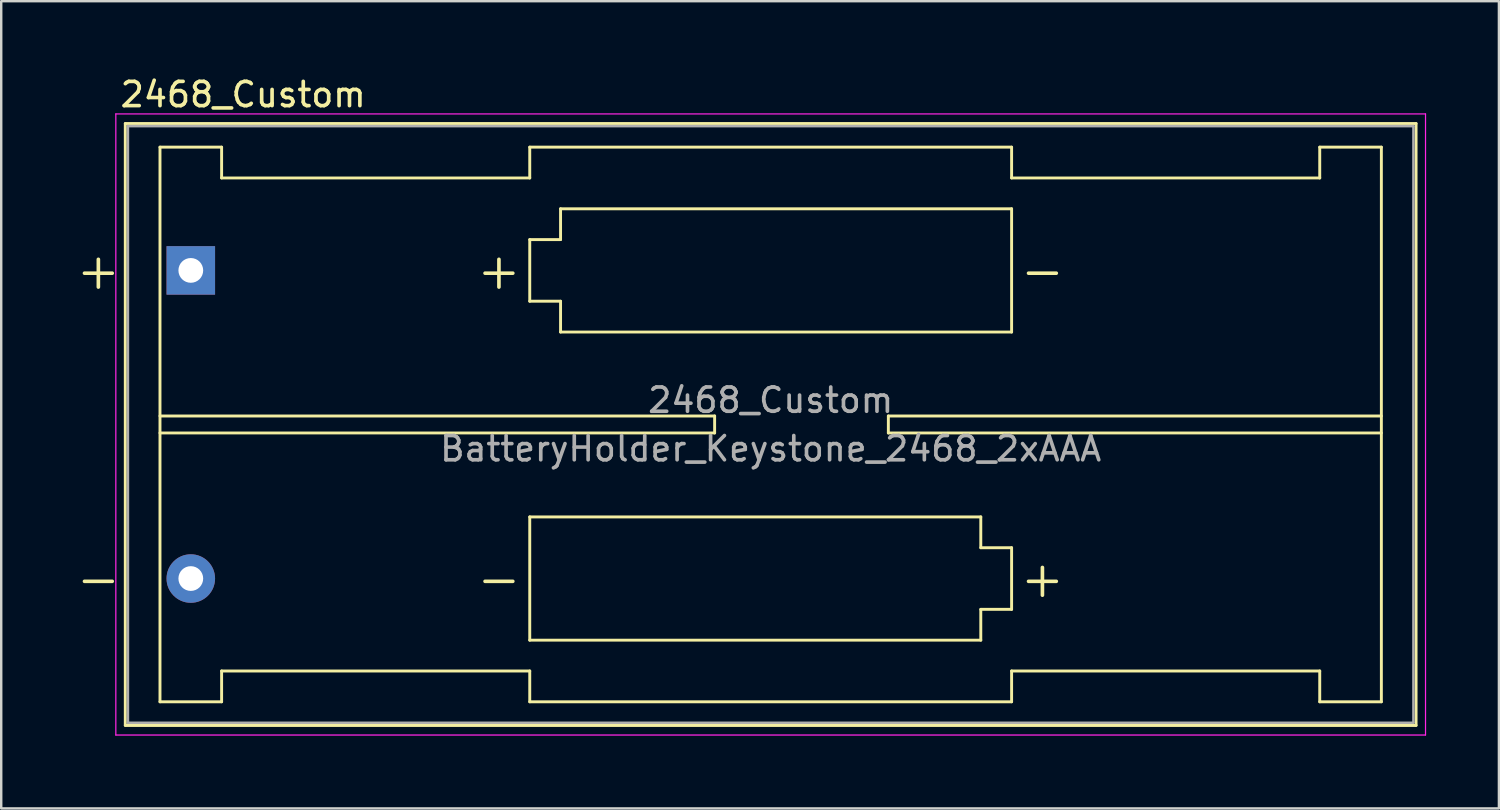
<source format=kicad_pcb>
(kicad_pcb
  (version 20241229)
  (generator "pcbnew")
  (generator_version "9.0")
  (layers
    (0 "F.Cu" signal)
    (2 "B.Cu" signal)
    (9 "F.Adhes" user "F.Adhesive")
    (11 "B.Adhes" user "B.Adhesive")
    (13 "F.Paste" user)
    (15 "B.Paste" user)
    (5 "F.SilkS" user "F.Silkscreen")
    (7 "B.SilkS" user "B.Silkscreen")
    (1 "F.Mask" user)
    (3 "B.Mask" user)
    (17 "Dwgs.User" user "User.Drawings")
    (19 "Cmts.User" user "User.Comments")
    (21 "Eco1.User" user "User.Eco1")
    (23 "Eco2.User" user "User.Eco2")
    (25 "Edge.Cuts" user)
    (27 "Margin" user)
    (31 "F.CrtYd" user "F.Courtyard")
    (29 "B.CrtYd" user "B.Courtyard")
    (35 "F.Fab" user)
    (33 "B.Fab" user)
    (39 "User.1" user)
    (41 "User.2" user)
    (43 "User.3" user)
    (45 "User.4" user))
  (footprint "2468_Custom"
    (layer "F.Cu")
    (at 1.766 1.618)
    (property "Reference" "2468_Custom" (at 5.207 -0.77 0) (layer "F.SilkS") (effects (font (size 1 1) (thickness 0.15))))
    (attr through_hole)
    (fp_line (start 0.348 0.427) (end 0.348 25.227) (stroke (width 0.12) (type solid)) (layer "F.SilkS"))
    (fp_line (start 0.348 25.232) (end 53.548 25.232) (stroke (width 0.12) (type solid)) (layer "F.SilkS"))
    (fp_line (start 1.778 1.397) (end 1.778 24.257) (stroke (width 0.12) (type solid)) (layer "F.SilkS"))
    (fp_line (start 1.778 12.477) (end 24.638 12.477) (stroke (width 0.12) (type solid)) (layer "F.SilkS"))
    (fp_line (start 1.778 24.257) (end 4.318 24.257) (stroke (width 0.12) (type solid)) (layer "F.SilkS"))
    (fp_line (start 4.318 1.397) (end 1.778 1.397) (stroke (width 0.12) (type solid)) (layer "F.SilkS"))
    (fp_line (start 4.318 2.667) (end 4.318 1.397) (stroke (width 0.12) (type solid)) (layer "F.SilkS"))
    (fp_line (start 4.318 2.667) (end 17.018 2.667) (stroke (width 0.12) (type solid)) (layer "F.SilkS"))
    (fp_line (start 4.318 22.987) (end 17.018 22.987) (stroke (width 0.12) (type solid)) (layer "F.SilkS"))
    (fp_line (start 4.318 24.257) (end 4.318 22.987) (stroke (width 0.12) (type solid)) (layer "F.SilkS"))
    (fp_line (start 17.018 1.397) (end 17.018 2.667) (stroke (width 0.12) (type solid)) (layer "F.SilkS"))
    (fp_line (start 17.018 5.207) (end 18.288 5.207) (stroke (width 0.12) (type solid)) (layer "F.SilkS"))
    (fp_line (start 17.018 7.747) (end 17.018 5.207) (stroke (width 0.12) (type solid)) (layer "F.SilkS"))
    (fp_line (start 17.018 16.637) (end 35.608 16.637) (stroke (width 0.12) (type solid)) (layer "F.SilkS"))
    (fp_line (start 17.018 21.717) (end 17.018 16.637) (stroke (width 0.12) (type solid)) (layer "F.SilkS"))
    (fp_line (start 17.018 22.987) (end 17.018 24.257) (stroke (width 0.12) (type solid)) (layer "F.SilkS"))
    (fp_line (start 17.018 24.257) (end 36.878 24.257) (stroke (width 0.12) (type solid)) (layer "F.SilkS"))
    (fp_line (start 18.288 3.937) (end 36.878 3.937) (stroke (width 0.12) (type solid)) (layer "F.SilkS"))
    (fp_line (start 18.288 5.207) (end 18.288 3.937) (stroke (width 0.12) (type solid)) (layer "F.SilkS"))
    (fp_line (start 18.288 7.747) (end 17.018 7.747) (stroke (width 0.12) (type solid)) (layer "F.SilkS"))
    (fp_line (start 18.288 9.017) (end 18.288 7.747) (stroke (width 0.12) (type solid)) (layer "F.SilkS"))
    (fp_line (start 24.638 12.477) (end 24.638 13.177) (stroke (width 0.12) (type solid)) (layer "F.SilkS"))
    (fp_line (start 24.638 13.177) (end 1.778 13.177) (stroke (width 0.12) (type solid)) (layer "F.SilkS"))
    (fp_line (start 31.798 12.477) (end 31.798 13.177) (stroke (width 0.12) (type solid)) (layer "F.SilkS"))
    (fp_line (start 31.798 13.177) (end 52.118 13.177) (stroke (width 0.12) (type solid)) (layer "F.SilkS"))
    (fp_line (start 35.608 16.637) (end 35.608 17.907) (stroke (width 0.12) (type solid)) (layer "F.SilkS"))
    (fp_line (start 35.608 17.907) (end 36.878 17.907) (stroke (width 0.12) (type solid)) (layer "F.SilkS"))
    (fp_line (start 35.608 20.447) (end 35.608 21.717) (stroke (width 0.12) (type solid)) (layer "F.SilkS"))
    (fp_line (start 35.608 21.717) (end 17.018 21.717) (stroke (width 0.12) (type solid)) (layer "F.SilkS"))
    (fp_line (start 36.878 1.397) (end 17.018 1.397) (stroke (width 0.12) (type solid)) (layer "F.SilkS"))
    (fp_line (start 36.878 2.667) (end 36.878 1.397) (stroke (width 0.12) (type solid)) (layer "F.SilkS"))
    (fp_line (start 36.878 3.937) (end 36.878 9.017) (stroke (width 0.12) (type solid)) (layer "F.SilkS"))
    (fp_line (start 36.878 9.017) (end 18.288 9.017) (stroke (width 0.12) (type solid)) (layer "F.SilkS"))
    (fp_line (start 36.878 17.907) (end 36.878 20.447) (stroke (width 0.12) (type solid)) (layer "F.SilkS"))
    (fp_line (start 36.878 20.447) (end 35.608 20.447) (stroke (width 0.12) (type solid)) (layer "F.SilkS"))
    (fp_line (start 36.878 24.257) (end 36.878 22.987) (stroke (width 0.12) (type solid)) (layer "F.SilkS"))
    (fp_line (start 49.578 1.397) (end 49.578 2.667) (stroke (width 0.12) (type solid)) (layer "F.SilkS"))
    (fp_line (start 49.578 2.667) (end 36.878 2.667) (stroke (width 0.12) (type solid)) (layer "F.SilkS"))
    (fp_line (start 49.578 22.987) (end 36.878 22.987) (stroke (width 0.12) (type solid)) (layer "F.SilkS"))
    (fp_line (start 49.578 24.257) (end 49.578 22.987) (stroke (width 0.12) (type solid)) (layer "F.SilkS"))
    (fp_line (start 52.118 1.397) (end 49.578 1.397) (stroke (width 0.12) (type solid)) (layer "F.SilkS"))
    (fp_line (start 52.118 1.397) (end 52.118 24.257) (stroke (width 0.12) (type solid)) (layer "F.SilkS"))
    (fp_line (start 52.118 12.477) (end 31.798 12.477) (stroke (width 0.12) (type solid)) (layer "F.SilkS"))
    (fp_line (start 52.118 24.257) (end 49.578 24.257) (stroke (width 0.12) (type solid)) (layer "F.SilkS"))
    (fp_line (start 53.548 0.422) (end 0.348 0.422) (stroke (width 0.12) (type solid)) (layer "F.SilkS"))
    (fp_line (start 53.548 25.227) (end 53.548 0.427) (stroke (width 0.12) (type solid)) (layer "F.SilkS"))
    (fp_line (start -0.042 0.027) (end -0.042 25.627) (stroke (width 0.05) (type solid)) (layer "F.CrtYd"))
    (fp_line (start -0.042 25.627) (end 53.938 25.627) (stroke (width 0.05) (type solid)) (layer "F.CrtYd"))
    (fp_line (start 53.938 0.027) (end -0.042 0.027) (stroke (width 0.05) (type solid)) (layer "F.CrtYd"))
    (fp_line (start 53.938 25.627) (end 53.938 0.027) (stroke (width 0.05) (type solid)) (layer "F.CrtYd"))
    (fp_line (start 0.458 0.532) (end 53.438 0.532) (stroke (width 0.1) (type solid)) (layer "F.Fab"))
    (fp_line (start 0.458 25.122) (end 0.458 0.532) (stroke (width 0.1) (type solid)) (layer "F.Fab"))
    (fp_line (start 0.458 25.122) (end 53.438 25.122) (stroke (width 0.1) (type solid)) (layer "F.Fab"))
    (fp_line (start 53.438 25.122) (end 53.438 0.532) (stroke (width 0.1) (type solid)) (layer "F.Fab"))
    (fp_text user "+" (at 15.748 6.477 0) (layer "F.SilkS") (effects (font (size 1.5 1.5) (thickness 0.15))))
    (fp_text user "-" (at 15.748 19.177 0) (layer "F.SilkS") (effects (font (size 1.5 1.5) (thickness 0.15))))
    (fp_text user "-" (at 38.148 6.477 0) (layer "F.SilkS") (effects (font (size 1.5 1.5) (thickness 0.15))))
    (fp_text user "+" (at 38.148 19.177 0) (layer "F.SilkS") (effects (font (size 1.5 1.5) (thickness 0.15))))
    (fp_text user "+" (at -0.762 6.477 0) (layer "F.SilkS") (effects (font (size 1.5 1.5) (thickness 0.15))))
    (fp_text user "-" (at -0.762 19.177 0) (layer "F.SilkS") (effects (font (size 1.5 1.5) (thickness 0.15))))
    (fp_text user "BatteryHolder_Keystone_2468_2xAAA" (at 26.948 13.827 0) (layer "F.Fab") (effects (font (size 1 1) (thickness 0.15))))
    (fp_text user "${REFERENCE}" (at 26.948 11.827 0) (layer "F.Fab") (effects (font (size 1 1) (thickness 0.15))))
    (pad "1" thru_hole rect (at 3.048 6.477) (size 2 2) (drill 1.02) (layers "*.Cu" "*.Mask"))
    (pad "2" thru_hole circle (at 3.048 19.177) (size 2 2) (drill 1.02) (layers "*.Cu" "*.Mask")))
  (gr_rect
    (start -3 -3)
    (end 58.729 30.27)
    (stroke (width 0.1) (type default))
    (fill no)
    (layer "Edge.Cuts")))
</source>
